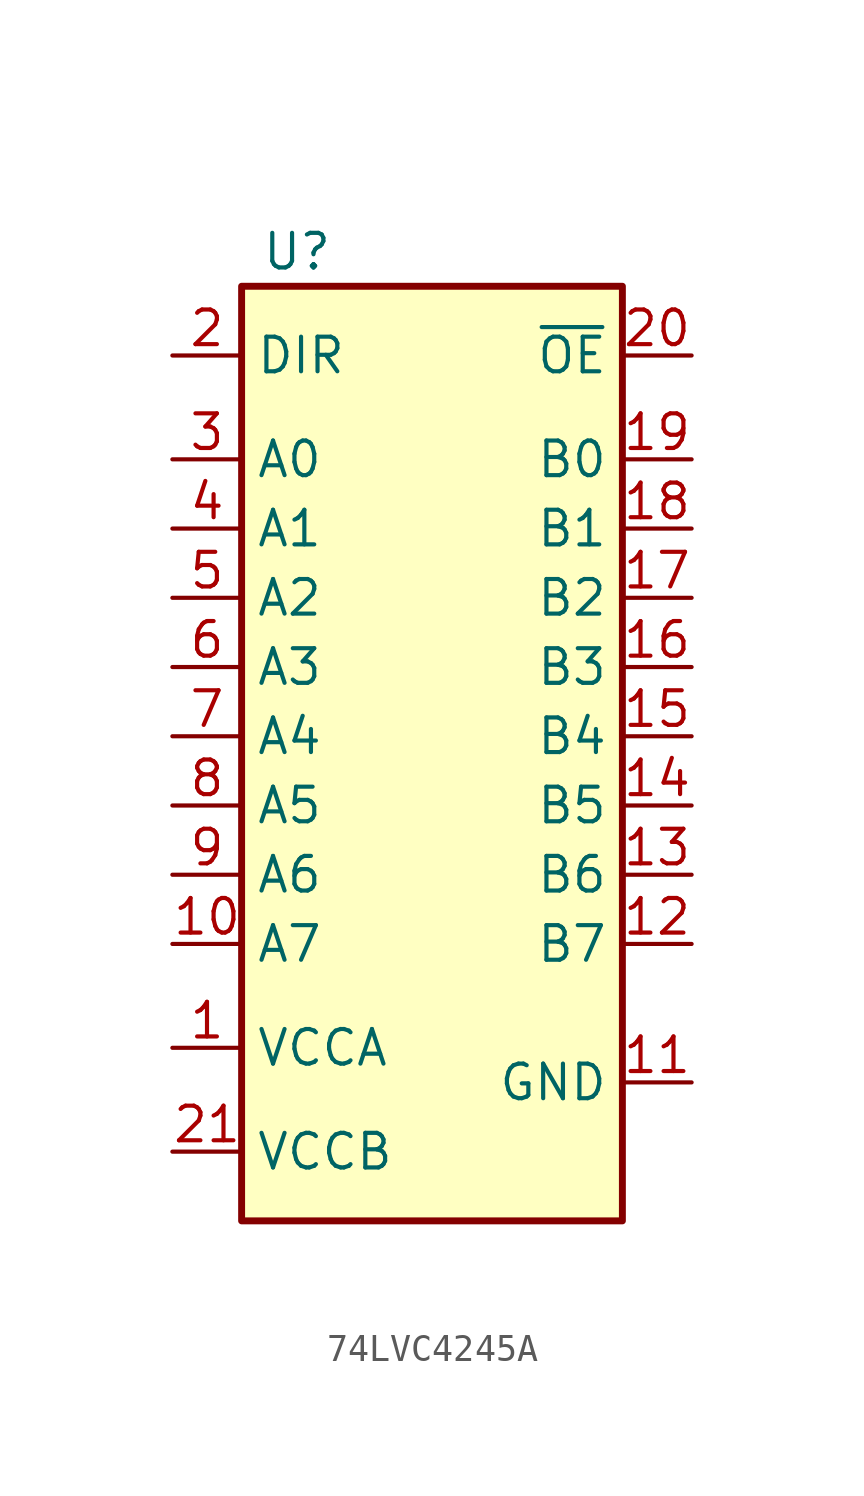
<source format=kicad_sym>
(kicad_symbol_lib
  (version 20231120)
  (generator "kicad_symbol_editor")
  (generator_version "8.0")
  (symbol "74LVC4245A"
    (property "Reference" "U"
      (at -6.858 -1.27 0)
      (effects (font (size 1.27 1.27))))
    (property "Value" ""
      (at 0 0 0)
      (effects (font (size 1.27 1.27))))
    (symbol "74LVC4245A_1_1"
      (rectangle (start -8.89 -2.54) (end 5.08 -36.83) (stroke (width 0.254) (type default)) (fill (type background)))
      (pin power_in line (at -11.43 -30.48 0) (length 2.54) (name "VCCA" (effects (font (size 1.27 1.27)))) (number "1" (effects (font (size 1.27 1.27)))))
      (pin input line (at -11.43 -26.67 0) (length 2.54) (name "A7" (effects (font (size 1.27 1.27)))) (number "10" (effects (font (size 1.27 1.27)))))
      (pin power_out line (at 7.62 -31.75 180) (length 2.54) (name "GND" (effects (font (size 1.27 1.27)))) (number "11" (effects (font (size 1.27 1.27)))))
      (pin input line (at 7.62 -26.67 180) (length 2.54) (name "B7" (effects (font (size 1.27 1.27)))) (number "12" (effects (font (size 1.27 1.27)))))
      (pin input line (at 7.62 -24.13 180) (length 2.54) (name "B6" (effects (font (size 1.27 1.27)))) (number "13" (effects (font (size 1.27 1.27)))))
      (pin input line (at 7.62 -21.59 180) (length 2.54) (name "B5" (effects (font (size 1.27 1.27)))) (number "14" (effects (font (size 1.27 1.27)))))
      (pin input line (at 7.62 -19.05 180) (length 2.54) (name "B4" (effects (font (size 1.27 1.27)))) (number "15" (effects (font (size 1.27 1.27)))))
      (pin input line (at 7.62 -16.51 180) (length 2.54) (name "B3" (effects (font (size 1.27 1.27)))) (number "16" (effects (font (size 1.27 1.27)))))
      (pin input line (at 7.62 -13.97 180) (length 2.54) (name "B2" (effects (font (size 1.27 1.27)))) (number "17" (effects (font (size 1.27 1.27)))))
      (pin input line (at 7.62 -11.43 180) (length 2.54) (name "B1" (effects (font (size 1.27 1.27)))) (number "18" (effects (font (size 1.27 1.27)))))
      (pin input line (at 7.62 -8.89 180) (length 2.54) (name "B0" (effects (font (size 1.27 1.27)))) (number "19" (effects (font (size 1.27 1.27)))))
      (pin input line (at -11.43 -5.08 0) (length 2.54) (name "DIR" (effects (font (size 1.27 1.27)))) (number "2" (effects (font (size 1.27 1.27)))))
      (pin input line (at 7.62 -5.08 180) (length 2.54) (name "~{OE}" (effects (font (size 1.27 1.27)))) (number "20" (effects (font (size 1.27 1.27)))))
      (pin power_in line (at -11.43 -34.29 0) (length 2.54) (name "VCCB" (effects (font (size 1.27 1.27)))) (number "21" (effects (font (size 1.27 1.27)))))
      (pin input line (at -11.43 -8.89 0) (length 2.54) (name "A0" (effects (font (size 1.27 1.27)))) (number "3" (effects (font (size 1.27 1.27)))))
      (pin input line (at -11.43 -11.43 0) (length 2.54) (name "A1" (effects (font (size 1.27 1.27)))) (number "4" (effects (font (size 1.27 1.27)))))
      (pin input line (at -11.43 -13.97 0) (length 2.54) (name "A2" (effects (font (size 1.27 1.27)))) (number "5" (effects (font (size 1.27 1.27)))))
      (pin input line (at -11.43 -16.51 0) (length 2.54) (name "A3" (effects (font (size 1.27 1.27)))) (number "6" (effects (font (size 1.27 1.27)))))
      (pin input line (at -11.43 -19.05 0) (length 2.54) (name "A4" (effects (font (size 1.27 1.27)))) (number "7" (effects (font (size 1.27 1.27)))))
      (pin input line (at -11.43 -21.59 0) (length 2.54) (name "A5" (effects (font (size 1.27 1.27)))) (number "8" (effects (font (size 1.27 1.27)))))
      (pin input line (at -11.43 -24.13 0) (length 2.54) (name "A6" (effects (font (size 1.27 1.27)))) (number "9" (effects (font (size 1.27 1.27))))))))
</source>
